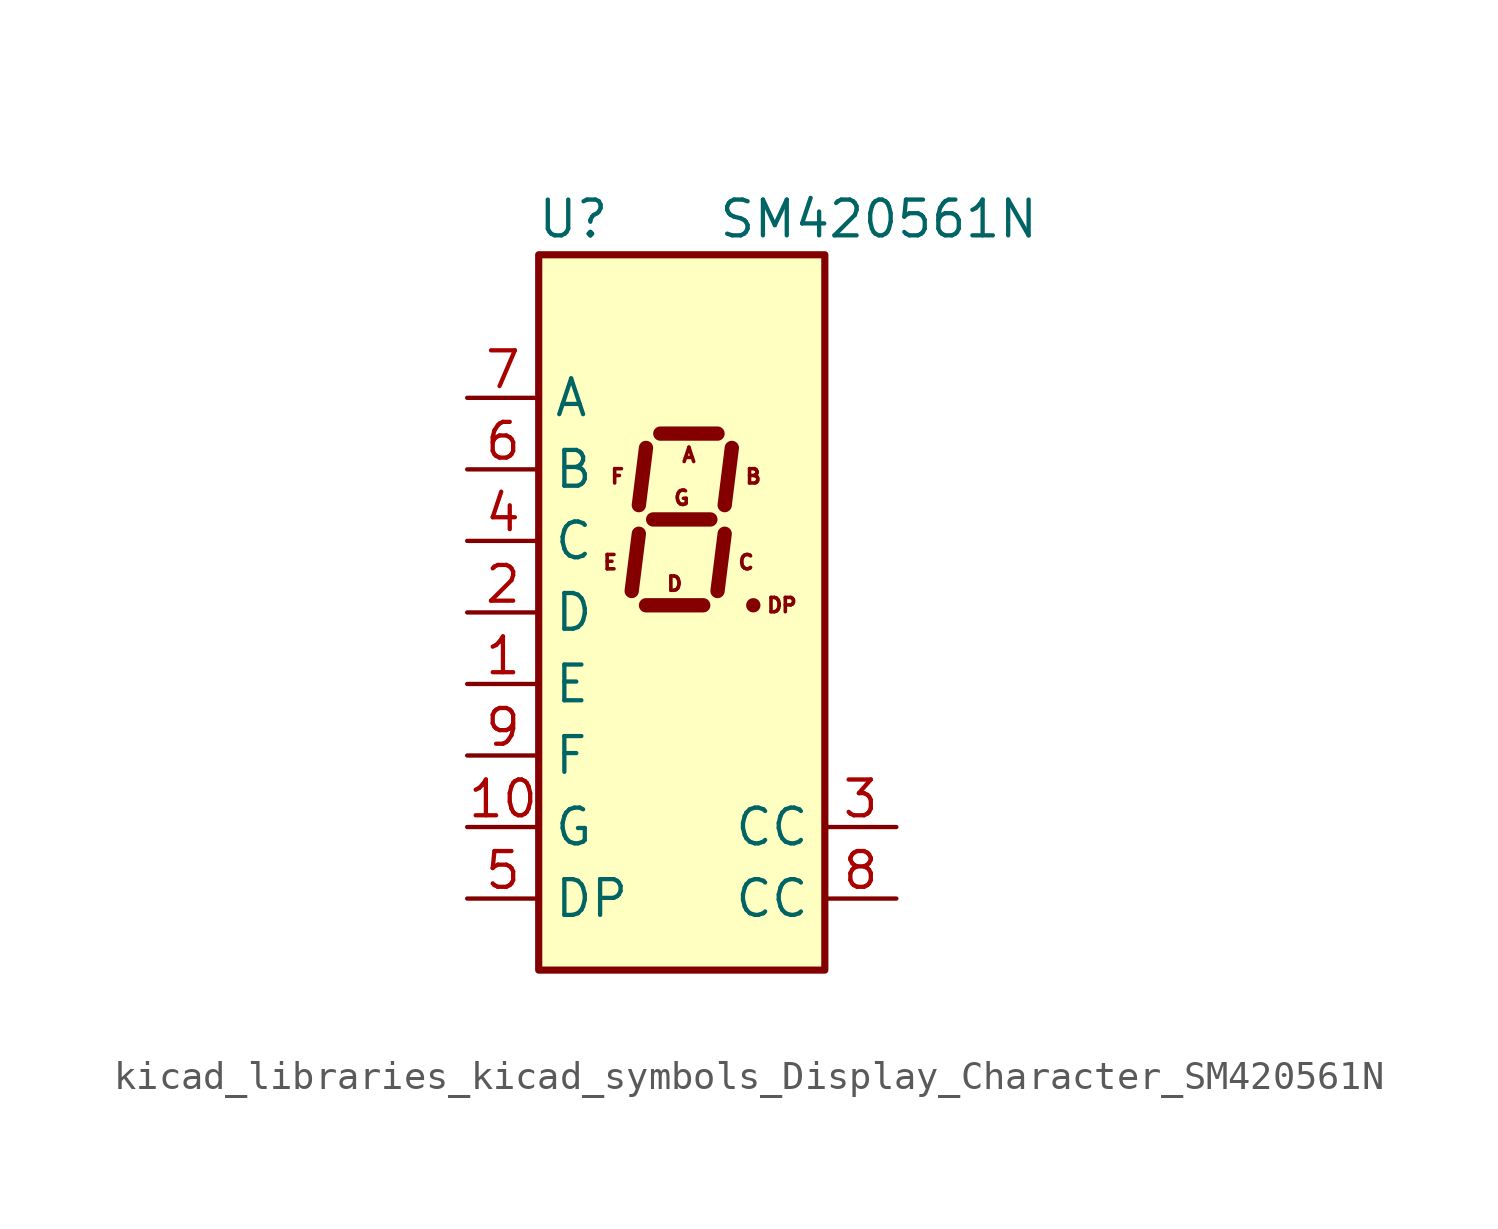
<source format=kicad_sym>
(kicad_symbol_lib
  (version 20220914)
  (generator kicad_symbol_editor)
  (symbol "kicad_libraries_kicad_symbols_Display_Character_SM420561N"
    (property "Reference" "U"
      (at -2.54 13.97 0)
      (effects (font (size 1.27 1.27)) (justify right)))
    (property "Value" "SM420561N"
      (at 1.27 13.97 0)
      (effects (font (size 1.27 1.27)) (justify left)))
    (symbol "kicad_libraries_kicad_symbols_Display_Character_SM420561N_0_0"
      (text "A" (at 0.254 5.588 0) (effects (font (size 0.508 0.508))))
      (text "B" (at 2.54 4.826 0) (effects (font (size 0.508 0.508))))
      (text "C" (at 2.286 1.778 0) (effects (font (size 0.508 0.508))))
      (text "D" (at -0.254 1.016 0) (effects (font (size 0.508 0.508))))
      (text "DP" (at 3.556 0.254 0) (effects (font (size 0.508 0.508))))
      (text "E" (at -2.54 1.778 0) (effects (font (size 0.508 0.508))))
      (text "F" (at -2.286 4.826 0) (effects (font (size 0.508 0.508))))
      (text "G" (at 0 4.064 0) (effects (font (size 0.508 0.508)))))
    (symbol "kicad_libraries_kicad_symbols_Display_Character_SM420561N_0_1"
      (rectangle (start -5.08 12.7) (end 5.08 -12.7) (stroke (width 0.254) (type default)) (fill (type background)))
      (polyline (pts (xy -1.524 2.794) (xy -1.778 0.762)) (stroke (width 0.508) (type default)) (fill (type none)))
      (polyline (pts (xy -1.27 0.254) (xy 0.762 0.254)) (stroke (width 0.508) (type default)) (fill (type none)))
      (polyline (pts (xy -1.27 5.842) (xy -1.524 3.81)) (stroke (width 0.508) (type default)) (fill (type none)))
      (polyline (pts (xy -1.016 3.302) (xy 1.016 3.302)) (stroke (width 0.508) (type default)) (fill (type none)))
      (polyline (pts (xy -0.762 6.35) (xy 1.27 6.35)) (stroke (width 0.508) (type default)) (fill (type none)))
      (polyline (pts (xy 1.524 2.794) (xy 1.27 0.762)) (stroke (width 0.508) (type default)) (fill (type none)))
      (polyline (pts (xy 1.778 5.842) (xy 1.524 3.81)) (stroke (width 0.508) (type default)) (fill (type none)))
      (polyline (pts (xy 2.54 0.254) (xy 2.54 0.254)) (stroke (width 0.508) (type default)) (fill (type none))))
    (symbol "kicad_libraries_kicad_symbols_Display_Character_SM420561N_1_1"
      (pin input line (at -7.62 -2.54 0) (length 2.54) (name "E" (effects (font (size 1.27 1.27)))) (number "1" (effects (font (size 1.27 1.27)))))
      (pin input line (at -7.62 -7.62 0) (length 2.54) (name "G" (effects (font (size 1.27 1.27)))) (number "10" (effects (font (size 1.27 1.27)))))
      (pin input line (at -7.62 0 0) (length 2.54) (name "D" (effects (font (size 1.27 1.27)))) (number "2" (effects (font (size 1.27 1.27)))))
      (pin input line (at 7.62 -7.62 180) (length 2.54) (name "CC" (effects (font (size 1.27 1.27)))) (number "3" (effects (font (size 1.27 1.27)))))
      (pin input line (at -7.62 2.54 0) (length 2.54) (name "C" (effects (font (size 1.27 1.27)))) (number "4" (effects (font (size 1.27 1.27)))))
      (pin input line (at -7.62 -10.16 0) (length 2.54) (name "DP" (effects (font (size 1.27 1.27)))) (number "5" (effects (font (size 1.27 1.27)))))
      (pin input line (at -7.62 5.08 0) (length 2.54) (name "B" (effects (font (size 1.27 1.27)))) (number "6" (effects (font (size 1.27 1.27)))))
      (pin input line (at -7.62 7.62 0) (length 2.54) (name "A" (effects (font (size 1.27 1.27)))) (number "7" (effects (font (size 1.27 1.27)))))
      (pin input line (at 7.62 -10.16 180) (length 2.54) (name "CC" (effects (font (size 1.27 1.27)))) (number "8" (effects (font (size 1.27 1.27)))))
      (pin input line (at -7.62 -5.08 0) (length 2.54) (name "F" (effects (font (size 1.27 1.27)))) (number "9" (effects (font (size 1.27 1.27))))))))
</source>
